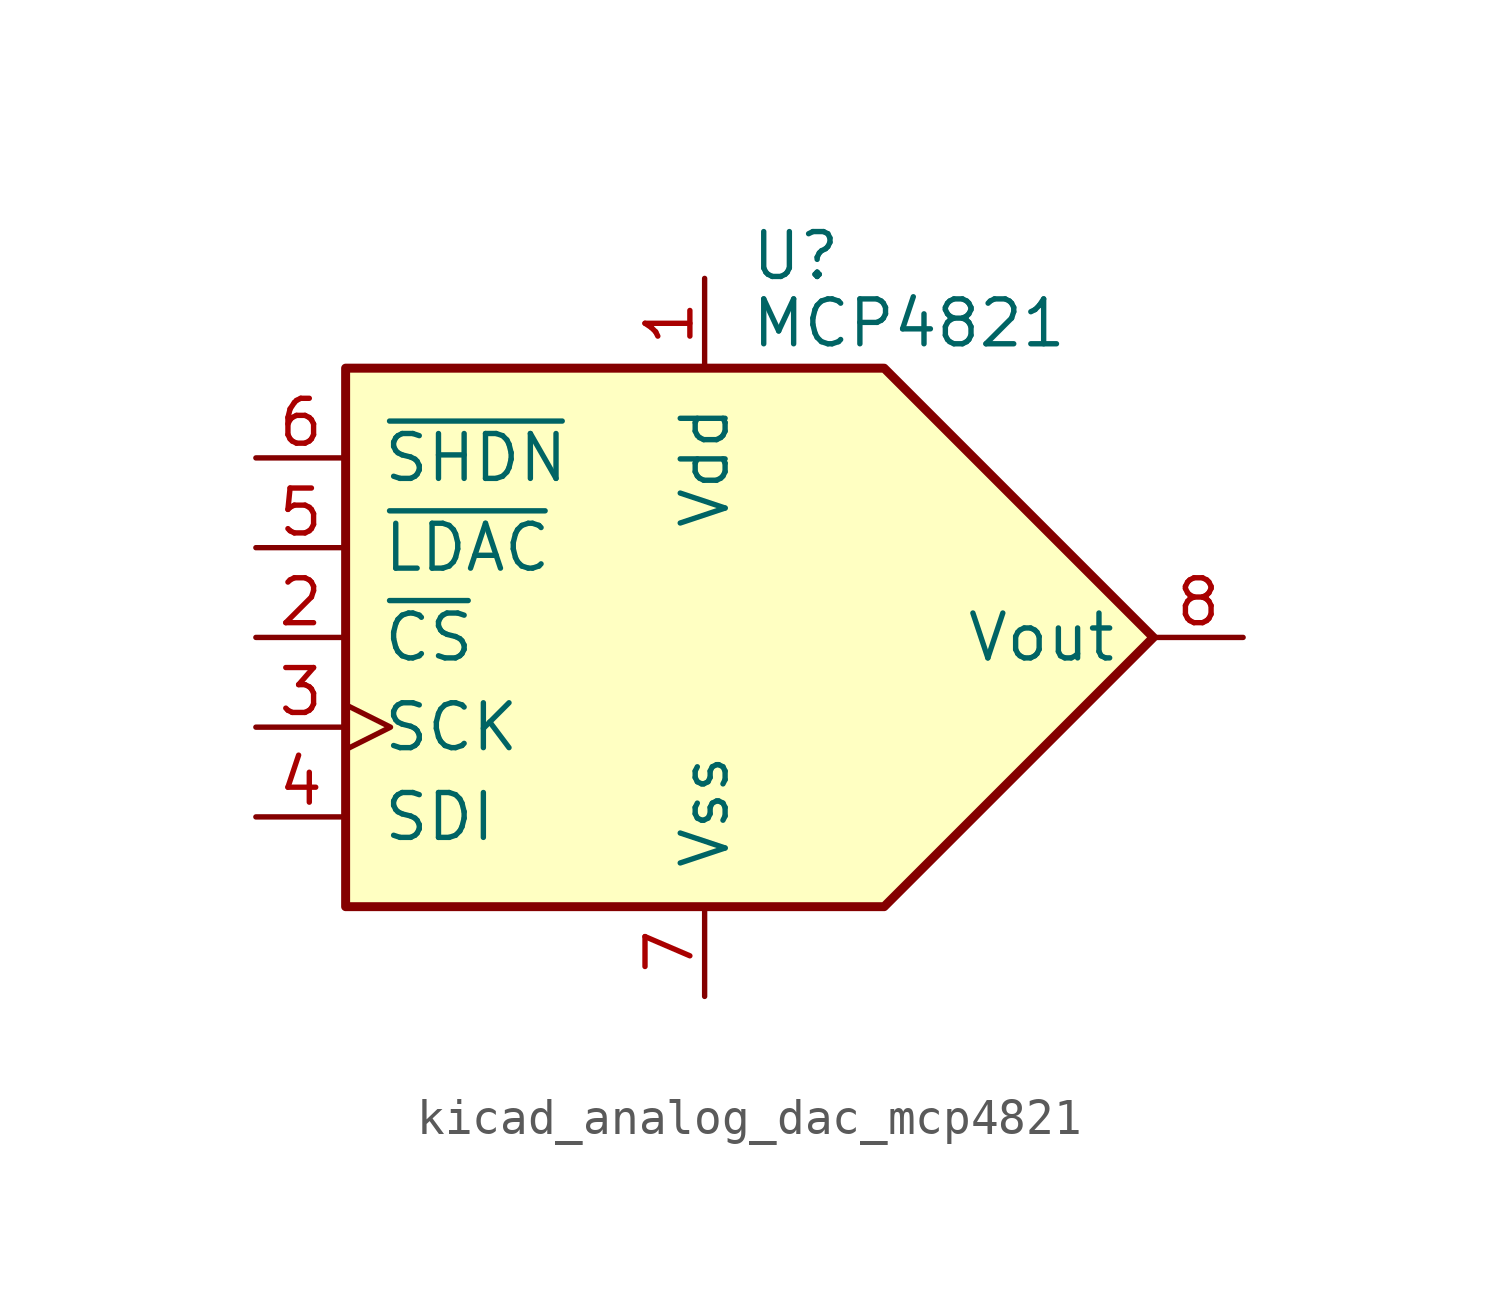
<source format=kicad_sym>
(kicad_symbol_lib
  (version 20220914)
  (generator kicad_symbol_editor)
  (symbol "kicad_analog_dac_mcp4821"
    (pin_names
      (offset 1.016))
    (property "Reference" "U"
      (at 1.27 10.795 0)
      (effects (font (size 1.27 1.27)) (justify left)))
    (property "Value" "MCP4821"
      (at 1.27 8.89 0)
      (effects (font (size 1.27 1.27)) (justify left)))
    (symbol "kicad_analog_dac_mcp4821_0_0"
      (polyline (pts (xy 12.7 0) (xy 5.08 7.62) (xy -10.16 7.62) (xy -10.16 -7.62) (xy 5.08 -7.62) (xy 12.7 0)) (stroke (width 0.254) (type default)) (fill (type background))))
    (symbol "kicad_analog_dac_mcp4821_1_1"
      (pin power_in line (at 0 10.16 270) (length 2.54) (name "Vdd" (effects (font (size 1.27 1.27)))) (number "1" (effects (font (size 1.27 1.27)))))
      (pin input line (at -12.7 0 0) (length 2.54) (name "~{CS}" (effects (font (size 1.27 1.27)))) (number "2" (effects (font (size 1.27 1.27)))))
      (pin input clock (at -12.7 -2.54 0) (length 2.54) (name "SCK" (effects (font (size 1.27 1.27)))) (number "3" (effects (font (size 1.27 1.27)))))
      (pin input line (at -12.7 -5.08 0) (length 2.54) (name "SDI" (effects (font (size 1.27 1.27)))) (number "4" (effects (font (size 1.27 1.27)))))
      (pin input line (at -12.7 2.54 0) (length 2.54) (name "~{LDAC}" (effects (font (size 1.27 1.27)))) (number "5" (effects (font (size 1.27 1.27)))))
      (pin input line (at -12.7 5.08 0) (length 2.54) (name "~{SHDN}" (effects (font (size 1.27 1.27)))) (number "6" (effects (font (size 1.27 1.27)))))
      (pin power_in line (at 0 -10.16 90) (length 2.54) (name "Vss" (effects (font (size 1.27 1.27)))) (number "7" (effects (font (size 1.27 1.27)))))
      (pin output line (at 15.24 0 180) (length 2.54) (name "Vout" (effects (font (size 1.27 1.27)))) (number "8" (effects (font (size 1.27 1.27))))))))
</source>
